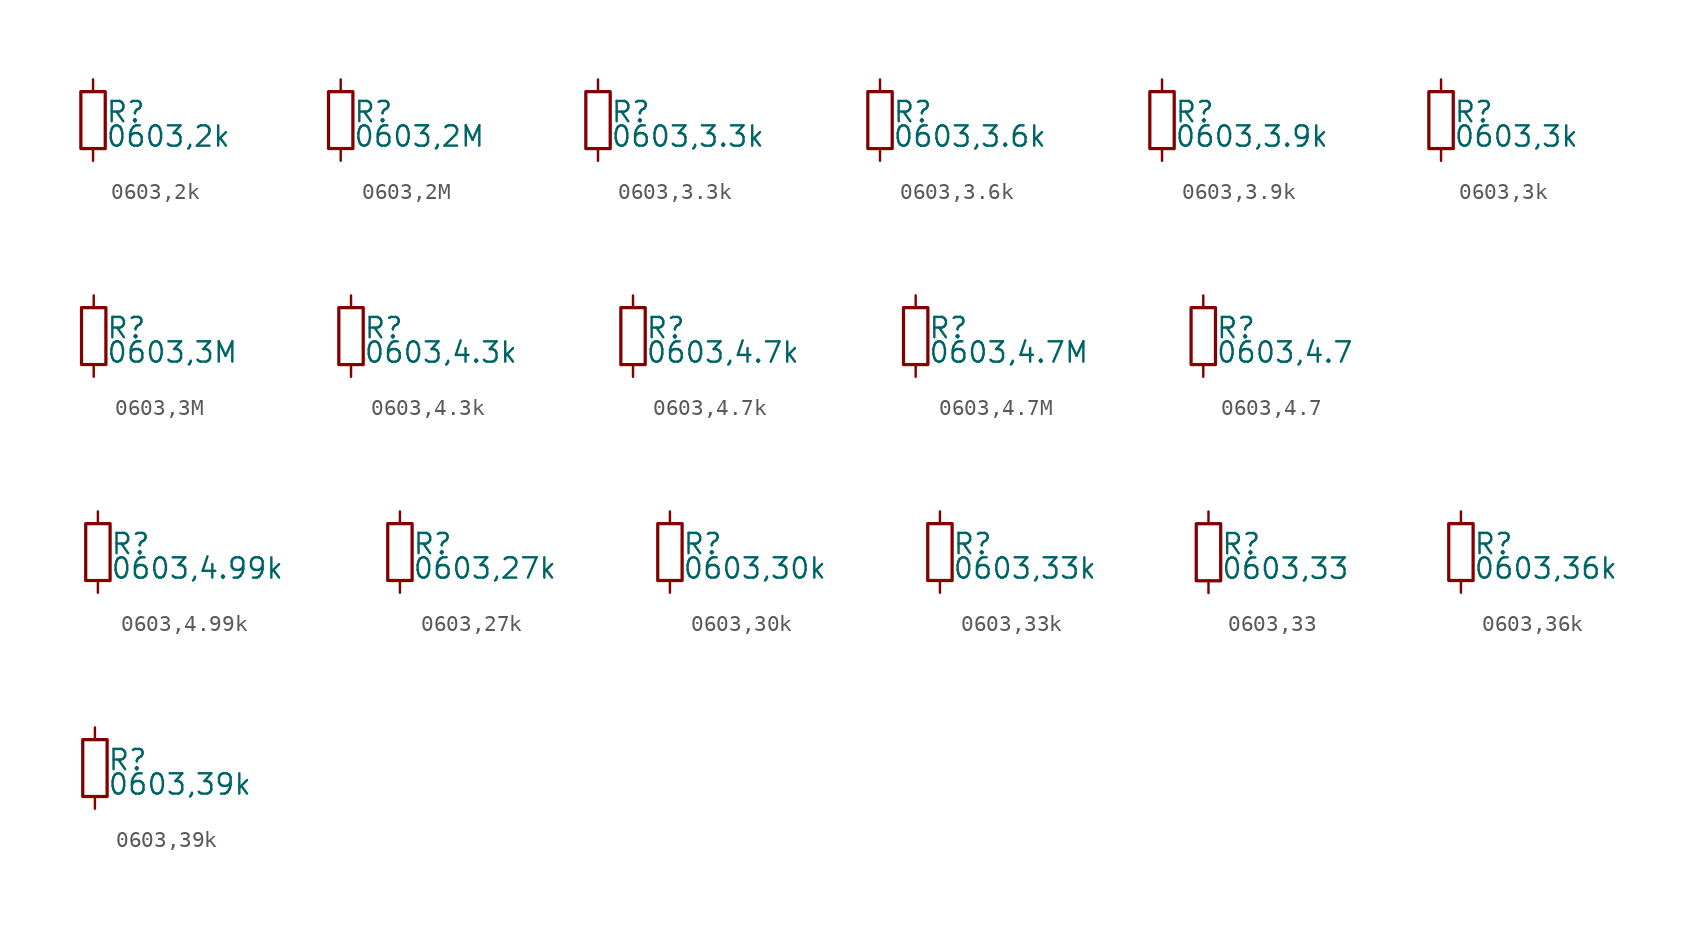
<source format=kicad_sym>
(kicad_symbol_lib
  (version 20220914)
  (generator kicad_symbol_editor)
  (symbol "0603,2k"
    (property "Reference" "R"
      (at 0.762 0.508 0)
      (effects (font (size 1.27 1.27)) (justify left)))
    (property "Value" "0603,2k"
      (at 0.762 -1.016 0)
      (effects (font (size 1.27 1.27)) (justify left)))
    (property "ki_locked" ""
      (at 0 0 0)
      (effects (font (size 1.27 1.27))))
    (symbol "0603,2k_0_0"
      (rectangle (start -0.762 1.778) (end 0.762 -1.778) (stroke (width 0.203) (type default)) (fill (type none)))
      (pin passive line (at 0 2.54 270) (length 0.762) (name "~" (effects (font (size 0 0)))) (number "1" (effects (font (size 0 0)))))
      (pin passive line (at 0 -2.54 90) (length 0.762) (name "~" (effects (font (size 0 0)))) (number "2" (effects (font (size 0 0)))))))
  (symbol "0603,2M"
    (property "Reference" "R"
      (at 0.762 0.508 0)
      (effects (font (size 1.27 1.27)) (justify left)))
    (property "Value" "0603,2M"
      (at 0.762 -1.016 0)
      (effects (font (size 1.27 1.27)) (justify left)))
    (property "ki_locked" ""
      (at 0 0 0)
      (effects (font (size 1.27 1.27))))
    (symbol "0603,2M_0_0"
      (rectangle (start -0.762 1.778) (end 0.762 -1.778) (stroke (width 0.203) (type default)) (fill (type none)))
      (pin passive line (at 0 2.54 270) (length 0.762) (name "~" (effects (font (size 0 0)))) (number "1" (effects (font (size 0 0)))))
      (pin passive line (at 0 -2.54 90) (length 0.762) (name "~" (effects (font (size 0 0)))) (number "2" (effects (font (size 0 0)))))))
  (symbol "0603,3.3k"
    (property "Reference" "R"
      (at 0.762 0.508 0)
      (effects (font (size 1.27 1.27)) (justify left)))
    (property "Value" "0603,3.3k"
      (at 0.762 -1.016 0)
      (effects (font (size 1.27 1.27)) (justify left)))
    (property "ki_locked" ""
      (at 0 0 0)
      (effects (font (size 1.27 1.27))))
    (symbol "0603,3.3k_0_0"
      (rectangle (start -0.762 1.778) (end 0.762 -1.778) (stroke (width 0.203) (type default)) (fill (type none)))
      (pin passive line (at 0 2.54 270) (length 0.762) (name "~" (effects (font (size 0 0)))) (number "1" (effects (font (size 0 0)))))
      (pin passive line (at 0 -2.54 90) (length 0.762) (name "~" (effects (font (size 0 0)))) (number "2" (effects (font (size 0 0)))))))
  (symbol "0603,3.6k"
    (property "Reference" "R"
      (at 0.762 0.508 0)
      (effects (font (size 1.27 1.27)) (justify left)))
    (property "Value" "0603,3.6k"
      (at 0.762 -1.016 0)
      (effects (font (size 1.27 1.27)) (justify left)))
    (property "ki_locked" ""
      (at 0 0 0)
      (effects (font (size 1.27 1.27))))
    (symbol "0603,3.6k_0_0"
      (rectangle (start -0.762 1.778) (end 0.762 -1.778) (stroke (width 0.203) (type default)) (fill (type none)))
      (pin passive line (at 0 2.54 270) (length 0.762) (name "~" (effects (font (size 0 0)))) (number "1" (effects (font (size 0 0)))))
      (pin passive line (at 0 -2.54 90) (length 0.762) (name "~" (effects (font (size 0 0)))) (number "2" (effects (font (size 0 0)))))))
  (symbol "0603,3.9k"
    (property "Reference" "R"
      (at 0.762 0.508 0)
      (effects (font (size 1.27 1.27)) (justify left)))
    (property "Value" "0603,3.9k"
      (at 0.762 -1.016 0)
      (effects (font (size 1.27 1.27)) (justify left)))
    (property "ki_locked" ""
      (at 0 0 0)
      (effects (font (size 1.27 1.27))))
    (symbol "0603,3.9k_0_0"
      (rectangle (start -0.762 1.778) (end 0.762 -1.778) (stroke (width 0.203) (type default)) (fill (type none)))
      (pin passive line (at 0 2.54 270) (length 0.762) (name "~" (effects (font (size 0 0)))) (number "1" (effects (font (size 0 0)))))
      (pin passive line (at 0 -2.54 90) (length 0.762) (name "~" (effects (font (size 0 0)))) (number "2" (effects (font (size 0 0)))))))
  (symbol "0603,3k"
    (property "Reference" "R"
      (at 0.762 0.508 0)
      (effects (font (size 1.27 1.27)) (justify left)))
    (property "Value" "0603,3k"
      (at 0.762 -1.016 0)
      (effects (font (size 1.27 1.27)) (justify left)))
    (property "ki_locked" ""
      (at 0 0 0)
      (effects (font (size 1.27 1.27))))
    (symbol "0603,3k_0_0"
      (rectangle (start -0.762 1.778) (end 0.762 -1.778) (stroke (width 0.203) (type default)) (fill (type none)))
      (pin passive line (at 0 2.54 270) (length 0.762) (name "~" (effects (font (size 0 0)))) (number "1" (effects (font (size 0 0)))))
      (pin passive line (at 0 -2.54 90) (length 0.762) (name "~" (effects (font (size 0 0)))) (number "2" (effects (font (size 0 0)))))))
  (symbol "0603,3M"
    (property "Reference" "R"
      (at 0.762 0.508 0)
      (effects (font (size 1.27 1.27)) (justify left)))
    (property "Value" "0603,3M"
      (at 0.762 -1.016 0)
      (effects (font (size 1.27 1.27)) (justify left)))
    (property "ki_locked" ""
      (at 0 0 0)
      (effects (font (size 1.27 1.27))))
    (symbol "0603,3M_0_0"
      (rectangle (start -0.762 1.778) (end 0.762 -1.778) (stroke (width 0.203) (type default)) (fill (type none)))
      (pin passive line (at 0 2.54 270) (length 0.762) (name "~" (effects (font (size 0 0)))) (number "1" (effects (font (size 0 0)))))
      (pin passive line (at 0 -2.54 90) (length 0.762) (name "~" (effects (font (size 0 0)))) (number "2" (effects (font (size 0 0)))))))
  (symbol "0603,4.3k"
    (property "Reference" "R"
      (at 0.762 0.508 0)
      (effects (font (size 1.27 1.27)) (justify left)))
    (property "Value" "0603,4.3k"
      (at 0.762 -1.016 0)
      (effects (font (size 1.27 1.27)) (justify left)))
    (property "ki_locked" ""
      (at 0 0 0)
      (effects (font (size 1.27 1.27))))
    (symbol "0603,4.3k_0_0"
      (rectangle (start -0.762 1.778) (end 0.762 -1.778) (stroke (width 0.203) (type default)) (fill (type none)))
      (pin passive line (at 0 2.54 270) (length 0.762) (name "~" (effects (font (size 0 0)))) (number "1" (effects (font (size 0 0)))))
      (pin passive line (at 0 -2.54 90) (length 0.762) (name "~" (effects (font (size 0 0)))) (number "2" (effects (font (size 0 0)))))))
  (symbol "0603,4.7k"
    (property "Reference" "R"
      (at 0.762 0.508 0)
      (effects (font (size 1.27 1.27)) (justify left)))
    (property "Value" "0603,4.7k"
      (at 0.762 -1.016 0)
      (effects (font (size 1.27 1.27)) (justify left)))
    (property "ki_locked" ""
      (at 0 0 0)
      (effects (font (size 1.27 1.27))))
    (symbol "0603,4.7k_0_0"
      (rectangle (start -0.762 1.778) (end 0.762 -1.778) (stroke (width 0.203) (type default)) (fill (type none)))
      (pin passive line (at 0 2.54 270) (length 0.762) (name "~" (effects (font (size 0 0)))) (number "1" (effects (font (size 0 0)))))
      (pin passive line (at 0 -2.54 90) (length 0.762) (name "~" (effects (font (size 0 0)))) (number "2" (effects (font (size 0 0)))))))
  (symbol "0603,4.7M"
    (property "Reference" "R"
      (at 0.762 0.508 0)
      (effects (font (size 1.27 1.27)) (justify left)))
    (property "Value" "0603,4.7M"
      (at 0.762 -1.016 0)
      (effects (font (size 1.27 1.27)) (justify left)))
    (property "ki_locked" ""
      (at 0 0 0)
      (effects (font (size 1.27 1.27))))
    (symbol "0603,4.7M_0_0"
      (rectangle (start -0.762 1.778) (end 0.762 -1.778) (stroke (width 0.203) (type default)) (fill (type none)))
      (pin passive line (at 0 2.54 270) (length 0.762) (name "~" (effects (font (size 0 0)))) (number "1" (effects (font (size 0 0)))))
      (pin passive line (at 0 -2.54 90) (length 0.762) (name "~" (effects (font (size 0 0)))) (number "2" (effects (font (size 0 0)))))))
  (symbol "0603,4.7"
    (property "Reference" "R"
      (at 0.762 0.508 0)
      (effects (font (size 1.27 1.27)) (justify left)))
    (property "Value" "0603,4.7"
      (at 0.762 -1.016 0)
      (effects (font (size 1.27 1.27)) (justify left)))
    (property "ki_locked" ""
      (at 0 0 0)
      (effects (font (size 1.27 1.27))))
    (symbol "0603,4.7_0_0"
      (rectangle (start -0.762 1.778) (end 0.762 -1.778) (stroke (width 0.203) (type default)) (fill (type none)))
      (pin passive line (at 0 2.54 270) (length 0.762) (name "~" (effects (font (size 0 0)))) (number "1" (effects (font (size 0 0)))))
      (pin passive line (at 0 -2.54 90) (length 0.762) (name "~" (effects (font (size 0 0)))) (number "2" (effects (font (size 0 0)))))))
  (symbol "0603,4.99k"
    (property "Reference" "R"
      (at 0.762 0.508 0)
      (effects (font (size 1.27 1.27)) (justify left)))
    (property "Value" "0603,4.99k"
      (at 0.762 -1.016 0)
      (effects (font (size 1.27 1.27)) (justify left)))
    (property "ki_locked" ""
      (at 0 0 0)
      (effects (font (size 1.27 1.27))))
    (symbol "0603,4.99k_0_0"
      (rectangle (start -0.762 1.778) (end 0.762 -1.778) (stroke (width 0.203) (type default)) (fill (type none)))
      (pin passive line (at 0 2.54 270) (length 0.762) (name "~" (effects (font (size 0 0)))) (number "1" (effects (font (size 0 0)))))
      (pin passive line (at 0 -2.54 90) (length 0.762) (name "~" (effects (font (size 0 0)))) (number "2" (effects (font (size 0 0)))))))
  (symbol "0603,27k"
    (property "Reference" "R"
      (at 0.762 0.508 0)
      (effects (font (size 1.27 1.27)) (justify left)))
    (property "Value" "0603,27k"
      (at 0.762 -1.016 0)
      (effects (font (size 1.27 1.27)) (justify left)))
    (property "ki_locked" ""
      (at 0 0 0)
      (effects (font (size 1.27 1.27))))
    (symbol "0603,27k_0_0"
      (rectangle (start -0.762 1.778) (end 0.762 -1.778) (stroke (width 0.203) (type default)) (fill (type none)))
      (pin passive line (at 0 2.54 270) (length 0.762) (name "~" (effects (font (size 0 0)))) (number "1" (effects (font (size 0 0)))))
      (pin passive line (at 0 -2.54 90) (length 0.762) (name "~" (effects (font (size 0 0)))) (number "2" (effects (font (size 0 0)))))))
  (symbol "0603,30k"
    (property "Reference" "R"
      (at 0.762 0.508 0)
      (effects (font (size 1.27 1.27)) (justify left)))
    (property "Value" "0603,30k"
      (at 0.762 -1.016 0)
      (effects (font (size 1.27 1.27)) (justify left)))
    (property "ki_locked" ""
      (at 0 0 0)
      (effects (font (size 1.27 1.27))))
    (symbol "0603,30k_0_0"
      (rectangle (start -0.762 1.778) (end 0.762 -1.778) (stroke (width 0.203) (type default)) (fill (type none)))
      (pin passive line (at 0 2.54 270) (length 0.762) (name "~" (effects (font (size 0 0)))) (number "1" (effects (font (size 0 0)))))
      (pin passive line (at 0 -2.54 90) (length 0.762) (name "~" (effects (font (size 0 0)))) (number "2" (effects (font (size 0 0)))))))
  (symbol "0603,33k"
    (property "Reference" "R"
      (at 0.762 0.508 0)
      (effects (font (size 1.27 1.27)) (justify left)))
    (property "Value" "0603,33k"
      (at 0.762 -1.016 0)
      (effects (font (size 1.27 1.27)) (justify left)))
    (property "ki_locked" ""
      (at 0 0 0)
      (effects (font (size 1.27 1.27))))
    (symbol "0603,33k_0_0"
      (rectangle (start -0.762 1.778) (end 0.762 -1.778) (stroke (width 0.203) (type default)) (fill (type none)))
      (pin passive line (at 0 2.54 270) (length 0.762) (name "~" (effects (font (size 0 0)))) (number "1" (effects (font (size 0 0)))))
      (pin passive line (at 0 -2.54 90) (length 0.762) (name "~" (effects (font (size 0 0)))) (number "2" (effects (font (size 0 0)))))))
  (symbol "0603,33"
    (property "Reference" "R"
      (at 0.762 0.508 0)
      (effects (font (size 1.27 1.27)) (justify left)))
    (property "Value" "0603,33"
      (at 0.762 -1.016 0)
      (effects (font (size 1.27 1.27)) (justify left)))
    (property "ki_locked" ""
      (at 0 0 0)
      (effects (font (size 1.27 1.27))))
    (symbol "0603,33_0_0"
      (rectangle (start -0.762 1.778) (end 0.762 -1.778) (stroke (width 0.203) (type default)) (fill (type none)))
      (pin passive line (at 0 2.54 270) (length 0.762) (name "~" (effects (font (size 0 0)))) (number "1" (effects (font (size 0 0)))))
      (pin passive line (at 0 -2.54 90) (length 0.762) (name "~" (effects (font (size 0 0)))) (number "2" (effects (font (size 0 0)))))))
  (symbol "0603,36k"
    (property "Reference" "R"
      (at 0.762 0.508 0)
      (effects (font (size 1.27 1.27)) (justify left)))
    (property "Value" "0603,36k"
      (at 0.762 -1.016 0)
      (effects (font (size 1.27 1.27)) (justify left)))
    (property "ki_locked" ""
      (at 0 0 0)
      (effects (font (size 1.27 1.27))))
    (symbol "0603,36k_0_0"
      (rectangle (start -0.762 1.778) (end 0.762 -1.778) (stroke (width 0.203) (type default)) (fill (type none)))
      (pin passive line (at 0 2.54 270) (length 0.762) (name "~" (effects (font (size 0 0)))) (number "1" (effects (font (size 0 0)))))
      (pin passive line (at 0 -2.54 90) (length 0.762) (name "~" (effects (font (size 0 0)))) (number "2" (effects (font (size 0 0)))))))
  (symbol "0603,39k"
    (property "Reference" "R"
      (at 0.762 0.508 0)
      (effects (font (size 1.27 1.27)) (justify left)))
    (property "Value" "0603,39k"
      (at 0.762 -1.016 0)
      (effects (font (size 1.27 1.27)) (justify left)))
    (property "ki_locked" ""
      (at 0 0 0)
      (effects (font (size 1.27 1.27))))
    (symbol "0603,39k_0_0"
      (rectangle (start -0.762 1.778) (end 0.762 -1.778) (stroke (width 0.203) (type default)) (fill (type none)))
      (pin passive line (at 0 2.54 270) (length 0.762) (name "~" (effects (font (size 0 0)))) (number "1" (effects (font (size 0 0)))))
      (pin passive line (at 0 -2.54 90) (length 0.762) (name "~" (effects (font (size 0 0)))) (number "2" (effects (font (size 0 0))))))))
</source>
